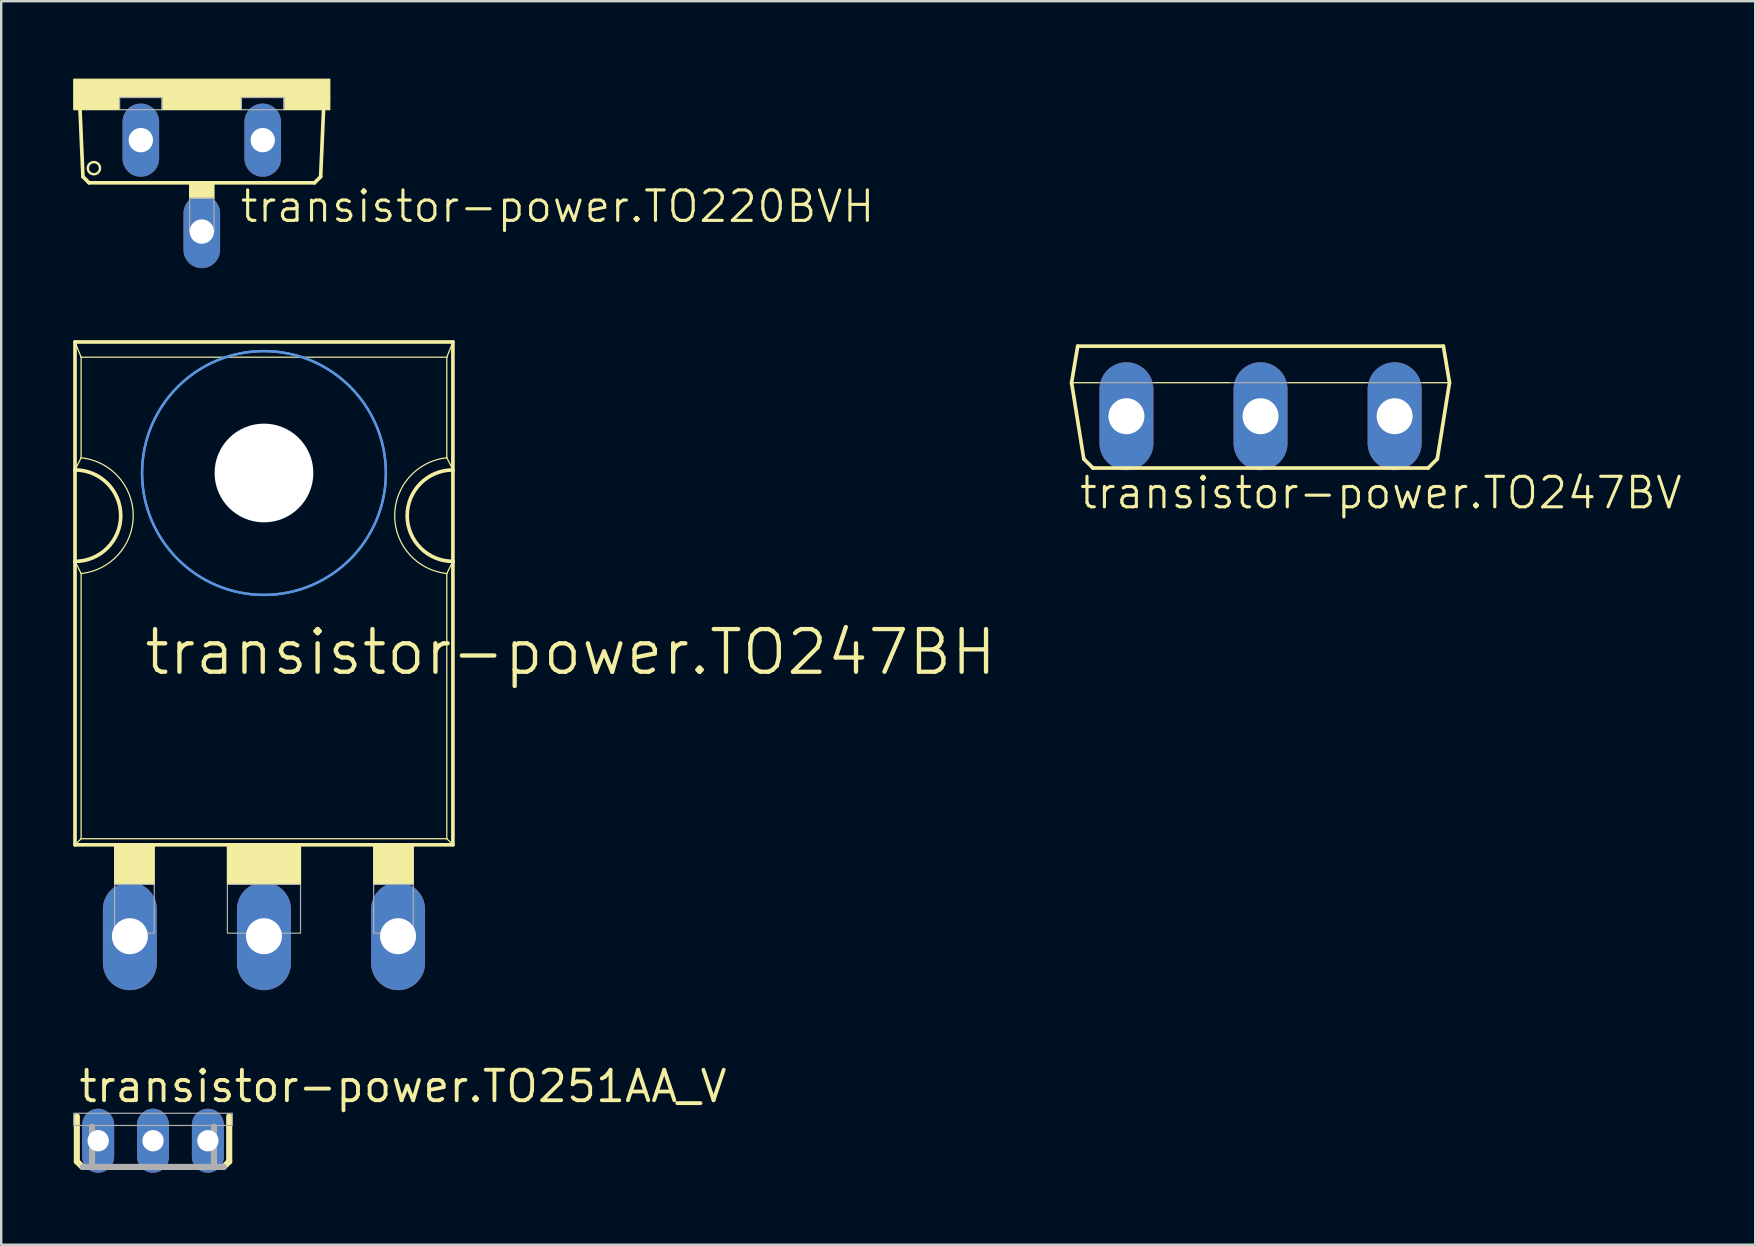
<source format=kicad_pcb>
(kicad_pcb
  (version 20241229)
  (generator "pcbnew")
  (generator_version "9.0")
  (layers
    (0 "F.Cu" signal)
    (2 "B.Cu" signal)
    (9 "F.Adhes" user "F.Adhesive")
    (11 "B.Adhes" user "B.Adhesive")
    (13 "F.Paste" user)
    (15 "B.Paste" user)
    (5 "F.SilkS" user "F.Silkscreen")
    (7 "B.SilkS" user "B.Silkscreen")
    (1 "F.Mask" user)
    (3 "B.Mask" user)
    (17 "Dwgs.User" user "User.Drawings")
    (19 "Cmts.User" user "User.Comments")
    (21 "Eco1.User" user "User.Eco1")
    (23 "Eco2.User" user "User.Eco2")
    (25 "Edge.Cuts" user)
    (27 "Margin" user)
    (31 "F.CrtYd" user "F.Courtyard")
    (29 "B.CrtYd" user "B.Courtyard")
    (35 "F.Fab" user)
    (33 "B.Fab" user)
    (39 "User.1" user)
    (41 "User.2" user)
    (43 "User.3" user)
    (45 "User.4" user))
  (footprint "transistor-power.TO247BV"
    (layer "F.Cu")
    (at 49.48 11.374)
    (property "Reference" "transistor-power.TO247BV" (at -7.62 6.858 0) (layer "F.SilkS") (effects (font (size 1.27 1.27) (thickness 0.13)) (justify left bottom)))
    (attr through_hole)
    (fp_line (start -7.874 1.524) (end -6.731 1.524) (stroke (width 0.051) (type default)) (layer "F.SilkS"))
    (fp_line (start -7.62 0) (end -7.874 1.524) (stroke (width 0.152) (type default)) (layer "F.SilkS"))
    (fp_line (start -7.366 4.699) (end -7.874 1.524) (stroke (width 0.152) (type default)) (layer "F.SilkS"))
    (fp_line (start -6.985 5.08) (end -7.366 4.699) (stroke (width 0.152) (type default)) (layer "F.SilkS"))
    (fp_line (start -6.985 5.08) (end 6.985 5.08) (stroke (width 0.152) (type default)) (layer "F.SilkS"))
    (fp_line (start -4.445 1.524) (end -1.27 1.524) (stroke (width 0.051) (type default)) (layer "F.SilkS"))
    (fp_line (start 1.143 1.524) (end 4.445 1.524) (stroke (width 0.051) (type default)) (layer "F.SilkS"))
    (fp_line (start 6.731 1.524) (end 7.874 1.524) (stroke (width 0.051) (type default)) (layer "F.SilkS"))
    (fp_line (start 6.985 5.08) (end 7.366 4.699) (stroke (width 0.152) (type default)) (layer "F.SilkS"))
    (fp_line (start 7.366 4.699) (end 7.874 1.524) (stroke (width 0.152) (type default)) (layer "F.SilkS"))
    (fp_line (start 7.62 0) (end -7.62 0) (stroke (width 0.152) (type default)) (layer "F.SilkS"))
    (fp_line (start 7.874 1.524) (end 7.62 0) (stroke (width 0.152) (type default)) (layer "F.SilkS"))
    (fp_line (start -6.731 1.524) (end -4.445 1.524) (stroke (width 0.051) (type default)) (layer "F.Fab"))
    (fp_line (start -1.27 1.524) (end 1.143 1.524) (stroke (width 0.051) (type default)) (layer "F.Fab"))
    (fp_line (start 4.445 1.524) (end 6.731 1.524) (stroke (width 0.051) (type default)) (layer "F.Fab"))
    (pad "D" thru_hole oval (at 0 2.921 90) (size 4.496 2.248) (drill 1.499) (layers "*.Cu" "*.Mask"))
    (pad "G" thru_hole oval (at -5.588 2.921 90) (size 4.496 2.248) (drill 1.499) (layers "*.Cu" "*.Mask"))
    (pad "S" thru_hole oval (at 5.588 2.921 90) (size 4.496 2.248) (drill 1.499) (layers "*.Cu" "*.Mask")))
  (footprint "transistor-power.TO247BH"
    (layer "F.Cu")
    (at 7.95 25.805)
    (property "Reference" "transistor-power.TO247BH" (at -5.08 -0.635 0) (layer "F.SilkS") (effects (font (size 1.778 1.778) (thickness 0.18)) (justify left bottom)))
    (attr through_hole)
    (fp_line (start -7.874 -9.271) (end -7.874 -14.605) (stroke (width 0.152) (type default)) (layer "F.SilkS"))
    (fp_line (start -7.874 -5.461) (end -7.874 -9.271) (stroke (width 0.152) (type default)) (layer "F.SilkS"))
    (fp_line (start -7.874 6.35) (end -7.874 -5.461) (stroke (width 0.152) (type default)) (layer "F.SilkS"))
    (fp_line (start -7.874 6.35) (end 7.874 6.35) (stroke (width 0.152) (type default)) (layer "F.SilkS"))
    (fp_line (start -7.62 -13.97) (end -7.874 -14.605) (stroke (width 0.051) (type default)) (layer "F.SilkS"))
    (fp_line (start -7.62 -9.779) (end -7.874 -9.271) (stroke (width 0.051) (type default)) (layer "F.SilkS"))
    (fp_line (start -7.62 -9.779) (end -7.62 -13.97) (stroke (width 0.051) (type default)) (layer "F.SilkS"))
    (fp_line (start -7.62 -4.953) (end -7.874 -5.461) (stroke (width 0.051) (type default)) (layer "F.SilkS"))
    (fp_line (start -7.62 6.096) (end -7.874 6.35) (stroke (width 0.051) (type default)) (layer "F.SilkS"))
    (fp_line (start -7.62 6.096) (end -7.62 -4.953) (stroke (width 0.051) (type default)) (layer "F.SilkS"))
    (fp_line (start -7.62 6.096) (end 7.62 6.096) (stroke (width 0.051) (type default)) (layer "F.SilkS"))
    (fp_line (start 7.62 -13.97) (end -7.62 -13.97) (stroke (width 0.051) (type default)) (layer "F.SilkS"))
    (fp_line (start 7.62 -9.779) (end 7.62 -13.97) (stroke (width 0.051) (type default)) (layer "F.SilkS"))
    (fp_line (start 7.62 6.096) (end 7.62 -4.953) (stroke (width 0.051) (type default)) (layer "F.SilkS"))
    (fp_line (start 7.874 -14.605) (end -7.874 -14.605) (stroke (width 0.152) (type default)) (layer "F.SilkS"))
    (fp_line (start 7.874 -14.605) (end 7.62 -13.97) (stroke (width 0.051) (type default)) (layer "F.SilkS"))
    (fp_line (start 7.874 -14.605) (end 7.874 -9.271) (stroke (width 0.152) (type default)) (layer "F.SilkS"))
    (fp_line (start 7.874 -9.271) (end 7.62 -9.779) (stroke (width 0.051) (type default)) (layer "F.SilkS"))
    (fp_line (start 7.874 -9.271) (end 7.874 -5.461) (stroke (width 0.152) (type default)) (layer "F.SilkS"))
    (fp_line (start 7.874 -5.461) (end 7.62 -4.953) (stroke (width 0.051) (type default)) (layer "F.SilkS"))
    (fp_line (start 7.874 -5.461) (end 7.874 6.35) (stroke (width 0.152) (type default)) (layer "F.SilkS"))
    (fp_line (start 7.874 6.35) (end 7.62 6.096) (stroke (width 0.051) (type default)) (layer "F.SilkS"))
    (fp_rect (start -6.223 8.001) (end -4.572 6.35) (stroke (width 0.05) (type default)) (fill yes) (layer "F.SilkS"))
    (fp_rect (start -1.524 8.001) (end 1.524 6.35) (stroke (width 0.05) (type default)) (fill yes) (layer "F.SilkS"))
    (fp_rect (start 4.572 8.001) (end 6.223 6.35) (stroke (width 0.05) (type default)) (fill yes) (layer "F.SilkS"))
    (fp_arc (start -7.874 -9.271) (mid -5.969 -7.366) (end -7.874 -5.461) (stroke (width 0.1524) (type default)) (layer "F.SilkS"))
    (fp_arc (start -7.62 -9.779) (mid -5.447668 -7.366) (end -7.62 -4.953) (stroke (width 0.0508) (type default)) (layer "F.SilkS"))
    (fp_arc (start 7.62 -4.953) (mid 5.447668 -7.366) (end 7.62 -9.779) (stroke (width 0.0508) (type default)) (layer "F.SilkS"))
    (fp_arc (start 7.874 -5.461) (mid 5.969 -7.366) (end 7.874 -9.271) (stroke (width 0.1524) (type default)) (layer "F.SilkS"))
    (fp_circle (center 0 -9.144) (end 1.905 -9.144) (stroke (width 0.152) (type default)) (fill no) (layer "F.SilkS"))
    (fp_circle (center 0 -9.144) (end 5.08 -9.144) (stroke (width 0.1) (type default)) (fill no) (layer "Cmts.User"))
    (fp_circle (center 0 -9.144) (end 5.08 -9.144) (stroke (width 0.1) (type default)) (fill no) (layer "Cmts.User"))
    (fp_rect (start -6.223 10.033) (end -4.572 8.001) (stroke (width 0.05) (type default)) (fill no) (layer "F.Fab"))
    (fp_rect (start -6.223 10.541) (end -4.953 10.033) (stroke (width 0.05) (type default)) (fill no) (layer "F.Fab"))
    (fp_rect (start -1.524 10.033) (end 1.524 8.001) (stroke (width 0.05) (type default)) (fill no) (layer "F.Fab"))
    (fp_rect (start -0.635 10.541) (end 0.635 10.033) (stroke (width 0.05) (type default)) (fill no) (layer "F.Fab"))
    (fp_rect (start 4.572 10.033) (end 6.223 8.001) (stroke (width 0.05) (type default)) (fill no) (layer "F.Fab"))
    (fp_rect (start 4.953 10.541) (end 6.223 10.033) (stroke (width 0.05) (type default)) (fill no) (layer "F.Fab"))
    (pad "" np_thru_hole circle (at 0 -9.144) (size 4.115 4.115) (drill 4.115) (layers "*.Cu" "*.Mask"))
    (pad "D" thru_hole oval (at 0 10.16 90) (size 4.496 2.248) (drill 1.499) (layers "*.Cu" "*.Mask"))
    (pad "G" thru_hole oval (at -5.588 10.16 90) (size 4.496 2.248) (drill 1.499) (layers "*.Cu" "*.Mask"))
    (pad "S" thru_hole oval (at 5.588 10.16 90) (size 4.496 2.248) (drill 1.499) (layers "*.Cu" "*.Mask")))
  (footprint "transistor-power.TO251AA_V"
    (layer "F.Cu")
    (at 3.327 44.487)
    (property "Reference" "transistor-power.TO251AA_V" (at -3.175 -1.524 0) (layer "F.SilkS") (effects (font (size 1.27 1.27) (thickness 0.16)) (justify left bottom)))
    (attr through_hole)
    (fp_line (start -3.175 -1.016) (end -3.175 0.864) (stroke (width 0.254) (type default)) (layer "F.SilkS"))
    (fp_line (start -2.946 1.092) (end -3.175 0.864) (stroke (width 0.254) (type default)) (layer "F.SilkS"))
    (fp_line (start 3.175 0.864) (end 2.946 1.092) (stroke (width 0.254) (type default)) (layer "F.SilkS"))
    (fp_line (start 3.175 0.864) (end 3.175 -1.016) (stroke (width 0.254) (type default)) (layer "F.SilkS"))
    (fp_line (start -2.921 1.092) (end -2.54 1.092) (stroke (width 0.254) (type default)) (layer "F.Fab"))
    (fp_line (start -2.54 1.092) (end -2.54 -0.584) (stroke (width 0.254) (type default)) (layer "F.Fab"))
    (fp_line (start -2.54 1.092) (end 2.54 1.092) (stroke (width 0.254) (type default)) (layer "F.Fab"))
    (fp_line (start 2.54 -0.584) (end 2.54 1.092) (stroke (width 0.254) (type default)) (layer "F.Fab"))
    (fp_line (start 2.54 1.092) (end 2.946 1.092) (stroke (width 0.254) (type default)) (layer "F.Fab"))
    (fp_rect (start -3.302 -0.635) (end 3.302 -1.143) (stroke (width 0.05) (type default)) (fill no) (layer "F.Fab"))
    (pad "1" thru_hole oval (at -2.286 0 90) (size 2.667 1.333) (drill 0.889) (layers "*.Cu" "*.Mask"))
    (pad "2" thru_hole oval (at 0 0 90) (size 2.667 1.333) (drill 0.889) (layers "*.Cu" "*.Mask"))
    (pad "3" thru_hole oval (at 2.286 0 90) (size 2.667 1.333) (drill 0.889) (layers "*.Cu" "*.Mask")))
  (footprint "transistor-power.TO220BVH"
    (layer "F.Cu")
    (at 5.359 0.25)
    (property "Reference" "transistor-power.TO220BVH" (at 1.524 6.045 0) (layer "F.SilkS") (effects (font (size 1.27 1.27) (thickness 0.13)) (justify left bottom)))
    (attr through_hole)
    (fp_line (start -4.953 4.064) (end -5.08 1.143) (stroke (width 0.152) (type default)) (layer "F.SilkS"))
    (fp_line (start -4.953 4.064) (end -4.699 4.318) (stroke (width 0.152) (type default)) (layer "F.SilkS"))
    (fp_line (start 4.699 4.318) (end -4.699 4.318) (stroke (width 0.152) (type default)) (layer "F.SilkS"))
    (fp_line (start 4.699 4.318) (end 4.953 4.064) (stroke (width 0.152) (type default)) (layer "F.SilkS"))
    (fp_line (start 5.08 1.143) (end 4.953 4.064) (stroke (width 0.152) (type default)) (layer "F.SilkS"))
    (fp_rect (start -5.334 0.762) (end 5.334 0) (stroke (width 0.05) (type default)) (fill yes) (layer "F.SilkS"))
    (fp_rect (start -5.334 1.27) (end -3.429 0.762) (stroke (width 0.05) (type default)) (fill yes) (layer "F.SilkS"))
    (fp_rect (start -1.651 1.27) (end 1.651 0.762) (stroke (width 0.05) (type default)) (fill yes) (layer "F.SilkS"))
    (fp_rect (start -0.508 4.953) (end 0.508 4.318) (stroke (width 0.05) (type default)) (fill yes) (layer "F.SilkS"))
    (fp_rect (start 3.429 1.27) (end 5.334 0.762) (stroke (width 0.05) (type default)) (fill yes) (layer "F.SilkS"))
    (fp_circle (center -4.496 3.708) (end -4.242 3.708) (stroke (width 0.1) (type default)) (fill no) (layer "F.SilkS"))
    (fp_rect (start -3.429 1.27) (end -1.651 0.762) (stroke (width 0.05) (type default)) (fill no) (layer "F.Fab"))
    (fp_rect (start -0.508 6.35) (end 0.508 4.953) (stroke (width 0.05) (type default)) (fill no) (layer "F.Fab"))
    (fp_rect (start 1.651 1.27) (end 3.429 0.762) (stroke (width 0.05) (type default)) (fill no) (layer "F.Fab"))
    (pad "D" thru_hole oval (at 0 6.35 90) (size 3.048 1.524) (drill 1.016) (layers "*.Cu" "*.Mask"))
    (pad "G" thru_hole oval (at -2.54 2.54 90) (size 3.048 1.524) (drill 1.016) (layers "*.Cu" "*.Mask"))
    (pad "S" thru_hole oval (at 2.54 2.54 90) (size 3.048 1.524) (drill 1.016) (layers "*.Cu" "*.Mask")))
  (gr_rect
    (start -3 -3)
    (end 70.094 48.821)
    (stroke (width 0.1) (type default))
    (fill no)
    (layer "Edge.Cuts")))
</source>
